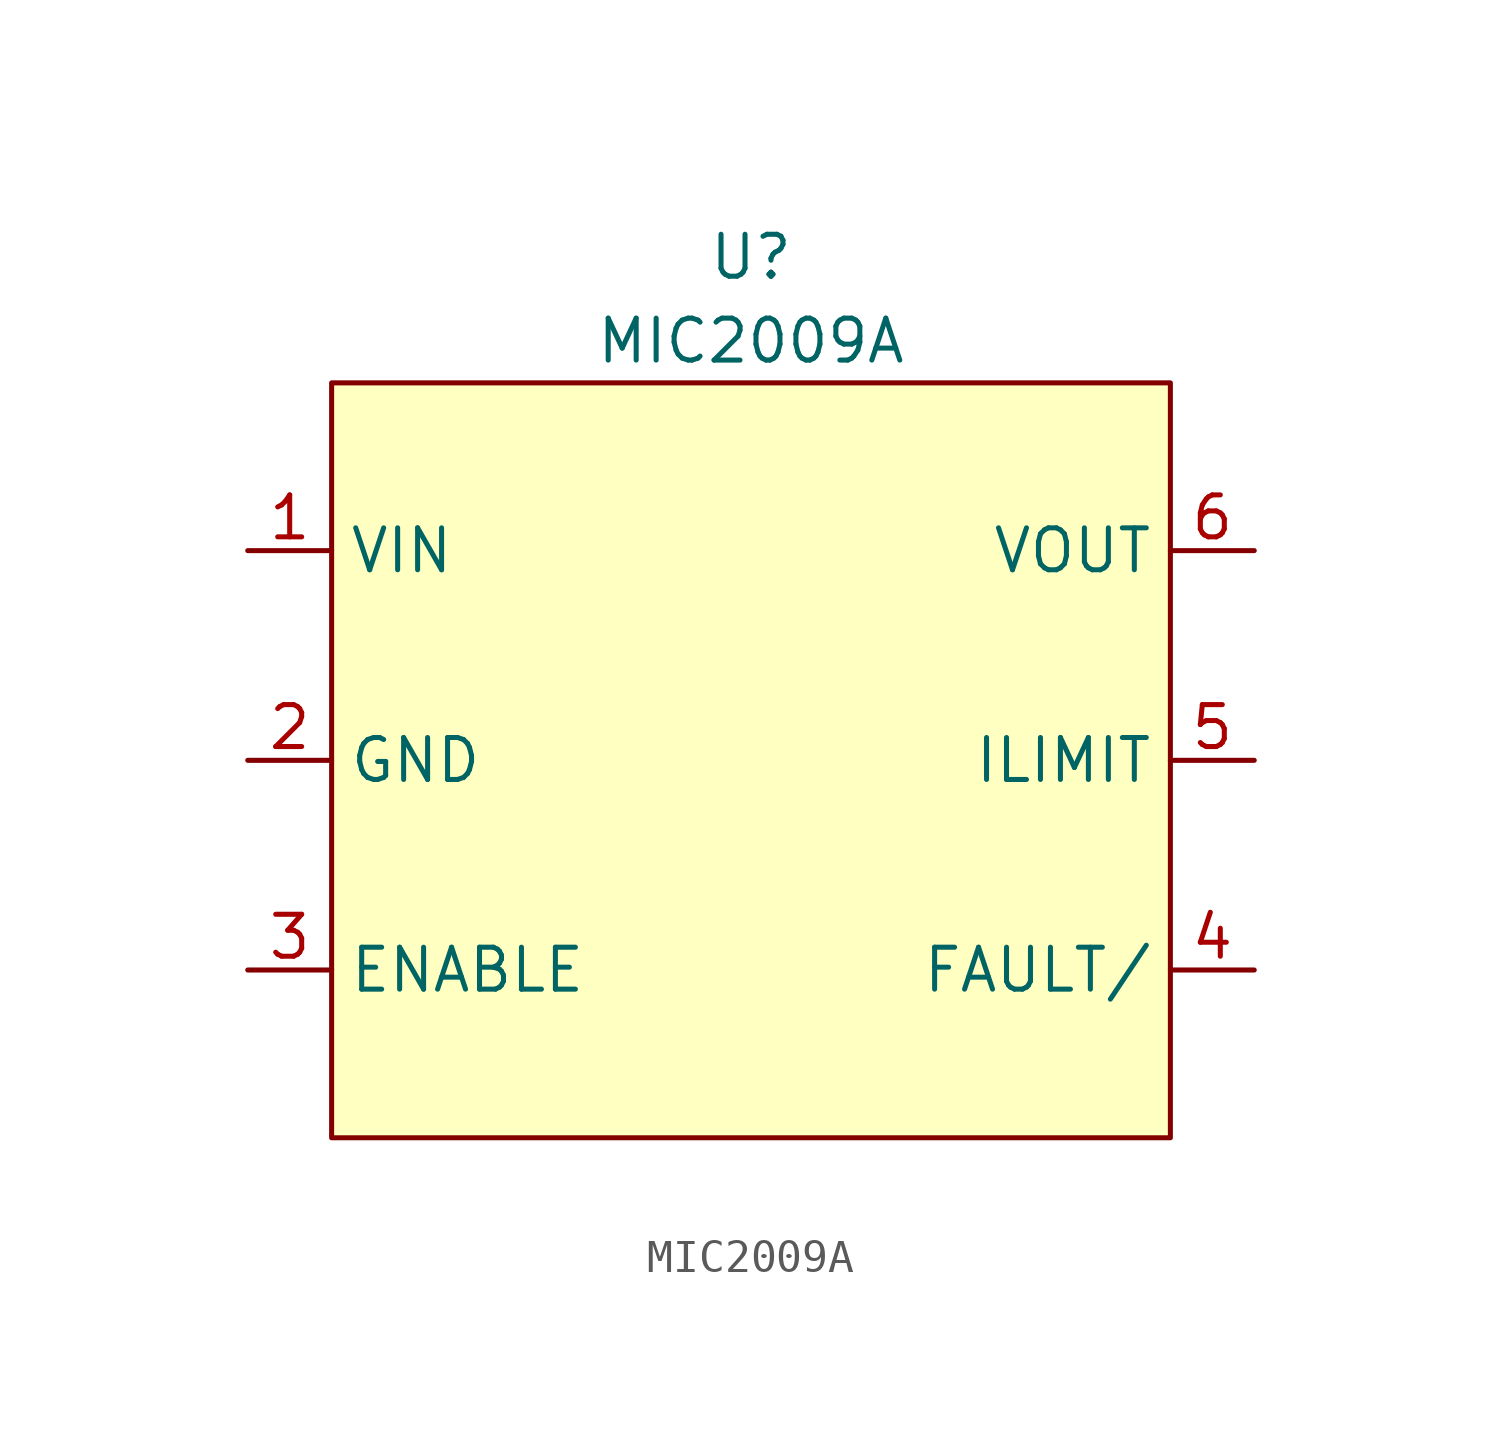
<source format=kicad_sym>
(kicad_symbol_lib
  (version 20211014)
  (generator kicad_symbol_editor)
  (symbol "MIC2009A"
    (property "Reference" "U"
      (at 0 15.24 0)
      (effects (font (size 1.27 1.27))))
    (property "Value" "MIC2009A"
      (at 0 12.7 0)
      (effects (font (size 1.27 1.27))))
    (symbol "MIC2009A_0_1"
      (rectangle (start -12.7 11.43) (end 12.7 -11.43) (stroke (width 0) (type default) (color 0 0 0 0)) (fill (type background))))
    (symbol "MIC2009A_1_1"
      (pin power_in line (at -15.24 6.35 0) (length 2.54) (name "VIN" (effects (font (size 1.27 1.27)))) (number "1" (effects (font (size 1.27 1.27)))))
      (pin power_in line (at -15.24 0 0) (length 2.54) (name "GND" (effects (font (size 1.27 1.27)))) (number "2" (effects (font (size 1.27 1.27)))))
      (pin input line (at -15.24 -6.35 0) (length 2.54) (name "ENABLE" (effects (font (size 1.27 1.27)))) (number "3" (effects (font (size 1.27 1.27)))))
      (pin output line (at 15.24 -6.35 180) (length 2.54) (name "FAULT/" (effects (font (size 1.27 1.27)))) (number "4" (effects (font (size 1.27 1.27)))))
      (pin input line (at 15.24 0 180) (length 2.54) (name "ILIMIT" (effects (font (size 1.27 1.27)))) (number "5" (effects (font (size 1.27 1.27)))))
      (pin power_out line (at 15.24 6.35 180) (length 2.54) (name "VOUT" (effects (font (size 1.27 1.27)))) (number "6" (effects (font (size 1.27 1.27))))))))
</source>
